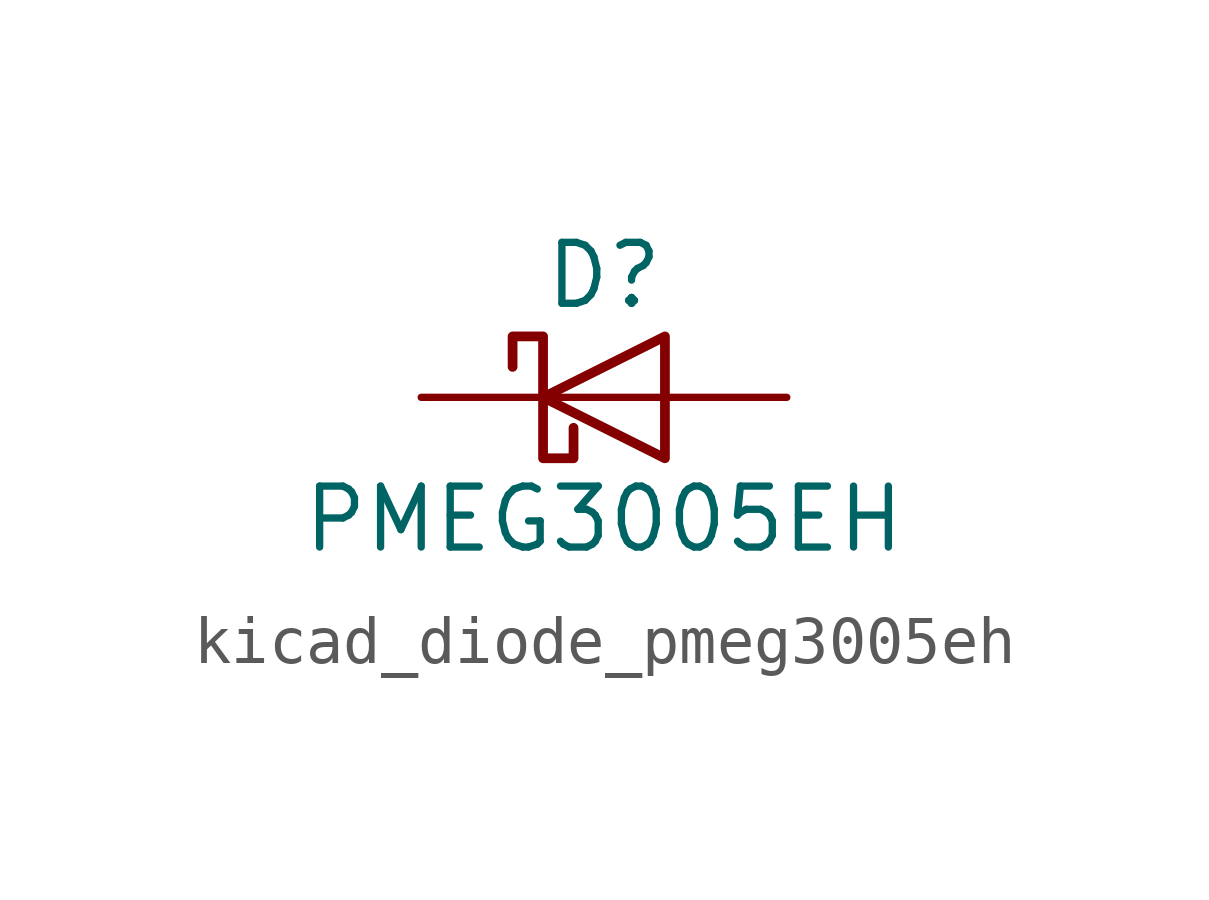
<source format=kicad_sym>
(kicad_symbol_lib
  (version 20220914)
  (generator kicad_symbol_editor)
  (symbol "kicad_diode_pmeg3005eh"
    (pin_numbers hide)
    (pin_names hide)
    (property "Reference" "D"
      (at 0 2.54 0)
      (effects (font (size 1.27 1.27))))
    (property "Value" "PMEG3005EH"
      (at 0 -2.54 0)
      (effects (font (size 1.27 1.27))))
    (symbol "kicad_diode_pmeg3005eh_0_1"
      (polyline (pts (xy 1.27 0) (xy -1.27 0)) (stroke (width 0) (type default)) (fill (type none)))
      (polyline (pts (xy 1.27 1.27) (xy 1.27 -1.27) (xy -1.27 0) (xy 1.27 1.27)) (stroke (width 0.203) (type default)) (fill (type none)))
      (polyline (pts (xy -1.905 0.635) (xy -1.905 1.27) (xy -1.27 1.27) (xy -1.27 -1.27) (xy -0.635 -1.27) (xy -0.635 -0.635)) (stroke (width 0.203) (type default)) (fill (type none))))
    (symbol "kicad_diode_pmeg3005eh_1_1"
      (pin passive line (at -3.81 0 0) (length 2.54) (name "K" (effects (font (size 1.27 1.27)))) (number "1" (effects (font (size 1.27 1.27)))))
      (pin passive line (at 3.81 0 180) (length 2.54) (name "A" (effects (font (size 1.27 1.27)))) (number "2" (effects (font (size 1.27 1.27))))))))
</source>
